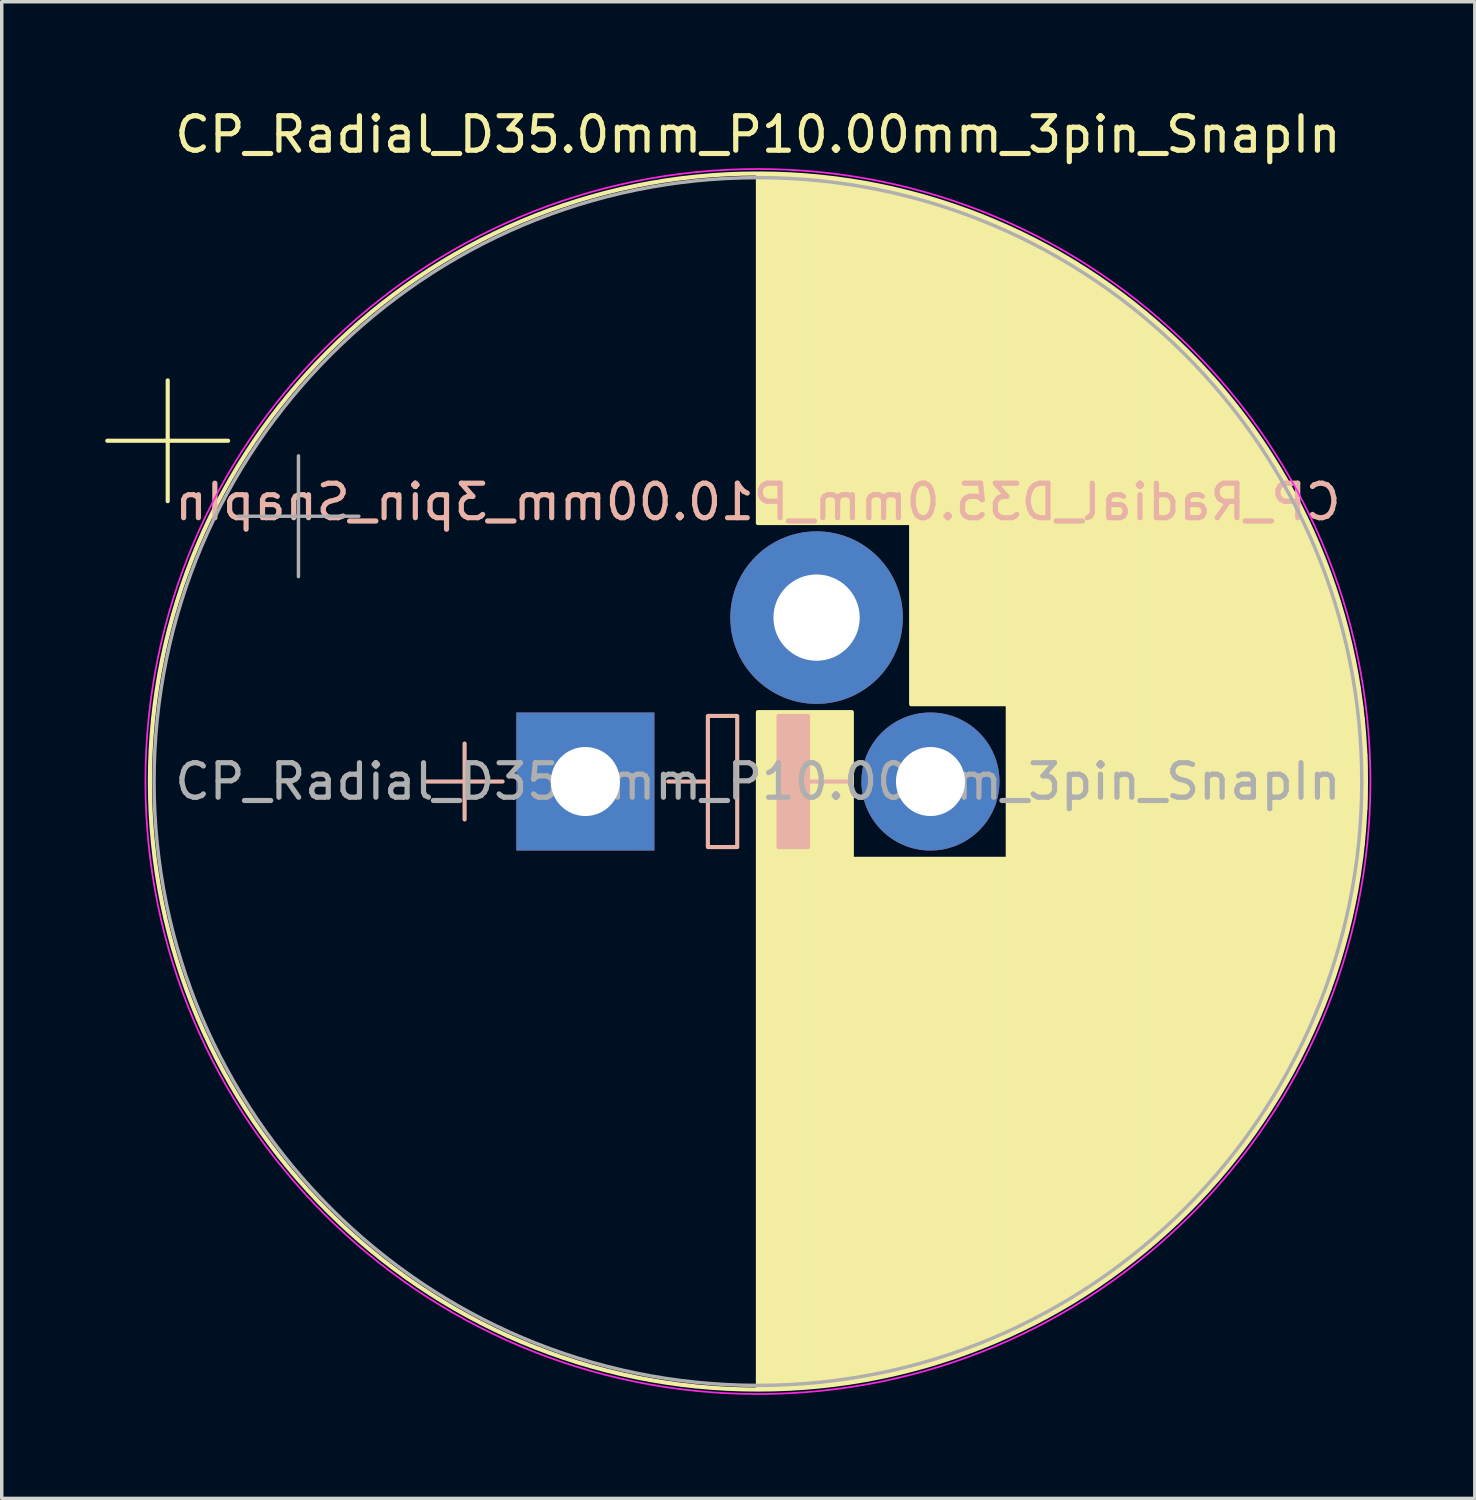
<source format=kicad_pcb>
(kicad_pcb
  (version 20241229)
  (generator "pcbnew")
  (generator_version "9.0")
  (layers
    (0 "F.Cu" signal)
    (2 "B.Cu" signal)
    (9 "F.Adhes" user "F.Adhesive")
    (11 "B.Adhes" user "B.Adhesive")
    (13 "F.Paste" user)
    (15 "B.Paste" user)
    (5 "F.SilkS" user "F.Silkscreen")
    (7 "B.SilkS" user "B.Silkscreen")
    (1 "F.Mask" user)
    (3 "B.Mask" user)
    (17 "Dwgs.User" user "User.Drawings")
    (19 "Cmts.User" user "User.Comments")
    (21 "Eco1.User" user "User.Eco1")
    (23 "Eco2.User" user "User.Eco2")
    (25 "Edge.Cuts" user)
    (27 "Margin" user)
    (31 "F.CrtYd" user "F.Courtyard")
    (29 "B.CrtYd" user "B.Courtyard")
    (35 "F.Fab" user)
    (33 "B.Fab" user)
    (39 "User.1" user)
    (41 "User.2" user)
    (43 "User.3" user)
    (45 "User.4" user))
  (footprint "CP_Radial_D35.0mm_P10.00mm_3pin_SnapIn"
    (layer "F.Cu")
    (at 13.914 19.598)
    (property "Reference" "CP_Radial_D35.0mm_P10.00mm_3pin_SnapIn" (at 5 -18.75 0) (layer "F.SilkS") (effects (font (size 1 1) (thickness 0.15))))
    (fp_line (start -13.854 -9.875) (end -10.354 -9.875) (stroke (width 0.12) (type solid)) (layer "F.SilkS"))
    (fp_line (start -12.104 -11.625) (end -12.104 -8.125) (stroke (width 0.12) (type solid)) (layer "F.SilkS"))
    (fp_line (start 5 -17.58) (end 5 -7.49) (stroke (width 0.12) (type solid)) (layer "F.SilkS"))
    (fp_line (start 5 -2.01) (end 5 17.58) (stroke (width 0.12) (type solid)) (layer "F.SilkS"))
    (fp_line (start 5.04 -17.58) (end 5.04 -7.49) (stroke (width 0.12) (type solid)) (layer "F.SilkS"))
    (fp_line (start 5.04 -2.01) (end 5.04 17.58) (stroke (width 0.12) (type solid)) (layer "F.SilkS"))
    (fp_line (start 5.08 -17.58) (end 5.08 -7.49) (stroke (width 0.12) (type solid)) (layer "F.SilkS"))
    (fp_line (start 5.08 -2.01) (end 5.08 17.58) (stroke (width 0.12) (type solid)) (layer "F.SilkS"))
    (fp_line (start 5.12 -17.58) (end 5.12 -7.49) (stroke (width 0.12) (type solid)) (layer "F.SilkS"))
    (fp_line (start 5.12 -2.01) (end 5.12 17.58) (stroke (width 0.12) (type solid)) (layer "F.SilkS"))
    (fp_line (start 5.16 -17.58) (end 5.16 -7.49) (stroke (width 0.12) (type solid)) (layer "F.SilkS"))
    (fp_line (start 5.16 -2.01) (end 5.16 17.58) (stroke (width 0.12) (type solid)) (layer "F.SilkS"))
    (fp_line (start 5.2 -17.579) (end 5.2 -7.49) (stroke (width 0.12) (type solid)) (layer "F.SilkS"))
    (fp_line (start 5.2 -2.01) (end 5.2 17.579) (stroke (width 0.12) (type solid)) (layer "F.SilkS"))
    (fp_line (start 5.24 -17.579) (end 5.24 -7.49) (stroke (width 0.12) (type solid)) (layer "F.SilkS"))
    (fp_line (start 5.24 -2.01) (end 5.24 17.579) (stroke (width 0.12) (type solid)) (layer "F.SilkS"))
    (fp_line (start 5.28 -17.578) (end 5.28 -7.49) (stroke (width 0.12) (type solid)) (layer "F.SilkS"))
    (fp_line (start 5.28 -2.01) (end 5.28 17.578) (stroke (width 0.12) (type solid)) (layer "F.SilkS"))
    (fp_line (start 5.32 -17.578) (end 5.32 -7.49) (stroke (width 0.12) (type solid)) (layer "F.SilkS"))
    (fp_line (start 5.32 -2.01) (end 5.32 17.578) (stroke (width 0.12) (type solid)) (layer "F.SilkS"))
    (fp_line (start 5.36 -17.577) (end 5.36 -7.49) (stroke (width 0.12) (type solid)) (layer "F.SilkS"))
    (fp_line (start 5.36 -2.01) (end 5.36 17.577) (stroke (width 0.12) (type solid)) (layer "F.SilkS"))
    (fp_line (start 5.4 -17.576) (end 5.4 -7.49) (stroke (width 0.12) (type solid)) (layer "F.SilkS"))
    (fp_line (start 5.4 -2.01) (end 5.4 17.576) (stroke (width 0.12) (type solid)) (layer "F.SilkS"))
    (fp_line (start 5.44 -17.575) (end 5.44 -7.49) (stroke (width 0.12) (type solid)) (layer "F.SilkS"))
    (fp_line (start 5.44 -2.01) (end 5.44 17.575) (stroke (width 0.12) (type solid)) (layer "F.SilkS"))
    (fp_line (start 5.48 -17.574) (end 5.48 -7.49) (stroke (width 0.12) (type solid)) (layer "F.SilkS"))
    (fp_line (start 5.48 -2.01) (end 5.48 17.574) (stroke (width 0.12) (type solid)) (layer "F.SilkS"))
    (fp_line (start 5.52 -17.573) (end 5.52 -7.49) (stroke (width 0.12) (type solid)) (layer "F.SilkS"))
    (fp_line (start 5.52 -2.01) (end 5.52 17.573) (stroke (width 0.12) (type solid)) (layer "F.SilkS"))
    (fp_line (start 5.56 -17.572) (end 5.56 -7.49) (stroke (width 0.12) (type solid)) (layer "F.SilkS"))
    (fp_line (start 5.56 -2.01) (end 5.56 17.572) (stroke (width 0.12) (type solid)) (layer "F.SilkS"))
    (fp_line (start 5.6 -17.57) (end 5.6 -7.49) (stroke (width 0.12) (type solid)) (layer "F.SilkS"))
    (fp_line (start 5.6 -2.01) (end 5.6 17.57) (stroke (width 0.12) (type solid)) (layer "F.SilkS"))
    (fp_line (start 5.64 -17.569) (end 5.64 -7.49) (stroke (width 0.12) (type solid)) (layer "F.SilkS"))
    (fp_line (start 5.64 -2.01) (end 5.64 17.569) (stroke (width 0.12) (type solid)) (layer "F.SilkS"))
    (fp_line (start 5.68 -17.567) (end 5.68 -7.49) (stroke (width 0.12) (type solid)) (layer "F.SilkS"))
    (fp_line (start 5.68 -2.01) (end 5.68 17.567) (stroke (width 0.12) (type solid)) (layer "F.SilkS"))
    (fp_line (start 5.721 -17.566) (end 5.721 -7.49) (stroke (width 0.12) (type solid)) (layer "F.SilkS"))
    (fp_line (start 5.721 -2.01) (end 5.721 17.566) (stroke (width 0.12) (type solid)) (layer "F.SilkS"))
    (fp_line (start 5.761 -17.564) (end 5.761 -7.49) (stroke (width 0.12) (type solid)) (layer "F.SilkS"))
    (fp_line (start 5.761 -2.01) (end 5.761 17.564) (stroke (width 0.12) (type solid)) (layer "F.SilkS"))
    (fp_line (start 5.801 -17.562) (end 5.801 -7.49) (stroke (width 0.12) (type solid)) (layer "F.SilkS"))
    (fp_line (start 5.801 -2.01) (end 5.801 17.562) (stroke (width 0.12) (type solid)) (layer "F.SilkS"))
    (fp_line (start 5.841 -17.56) (end 5.841 -7.49) (stroke (width 0.12) (type solid)) (layer "F.SilkS"))
    (fp_line (start 5.841 -2.01) (end 5.841 17.56) (stroke (width 0.12) (type solid)) (layer "F.SilkS"))
    (fp_line (start 5.881 -17.559) (end 5.881 -7.49) (stroke (width 0.12) (type solid)) (layer "F.SilkS"))
    (fp_line (start 5.881 -2.01) (end 5.881 17.559) (stroke (width 0.12) (type solid)) (layer "F.SilkS"))
    (fp_line (start 5.921 -17.556) (end 5.921 -7.49) (stroke (width 0.12) (type solid)) (layer "F.SilkS"))
    (fp_line (start 5.921 -2.01) (end 5.921 17.556) (stroke (width 0.12) (type solid)) (layer "F.SilkS"))
    (fp_line (start 5.961 -17.554) (end 5.961 -7.49) (stroke (width 0.12) (type solid)) (layer "F.SilkS"))
    (fp_line (start 5.961 -2.01) (end 5.961 17.554) (stroke (width 0.12) (type solid)) (layer "F.SilkS"))
    (fp_line (start 6.001 -17.552) (end 6.001 -7.49) (stroke (width 0.12) (type solid)) (layer "F.SilkS"))
    (fp_line (start 6.001 -2.01) (end 6.001 17.552) (stroke (width 0.12) (type solid)) (layer "F.SilkS"))
    (fp_line (start 6.041 -17.55) (end 6.041 -7.49) (stroke (width 0.12) (type solid)) (layer "F.SilkS"))
    (fp_line (start 6.041 -2.01) (end 6.041 17.55) (stroke (width 0.12) (type solid)) (layer "F.SilkS"))
    (fp_line (start 6.081 -17.547) (end 6.081 -7.49) (stroke (width 0.12) (type solid)) (layer "F.SilkS"))
    (fp_line (start 6.081 -2.01) (end 6.081 17.547) (stroke (width 0.12) (type solid)) (layer "F.SilkS"))
    (fp_line (start 6.121 -17.545) (end 6.121 -7.49) (stroke (width 0.12) (type solid)) (layer "F.SilkS"))
    (fp_line (start 6.121 -2.01) (end 6.121 17.545) (stroke (width 0.12) (type solid)) (layer "F.SilkS"))
    (fp_line (start 6.161 -17.542) (end 6.161 -7.49) (stroke (width 0.12) (type solid)) (layer "F.SilkS"))
    (fp_line (start 6.161 -2.01) (end 6.161 17.542) (stroke (width 0.12) (type solid)) (layer "F.SilkS"))
    (fp_line (start 6.201 -17.54) (end 6.201 -7.49) (stroke (width 0.12) (type solid)) (layer "F.SilkS"))
    (fp_line (start 6.201 -2.01) (end 6.201 17.54) (stroke (width 0.12) (type solid)) (layer "F.SilkS"))
    (fp_line (start 6.241 -17.537) (end 6.241 -7.49) (stroke (width 0.12) (type solid)) (layer "F.SilkS"))
    (fp_line (start 6.241 -2.01) (end 6.241 17.537) (stroke (width 0.12) (type solid)) (layer "F.SilkS"))
    (fp_line (start 6.281 -17.534) (end 6.281 -7.49) (stroke (width 0.12) (type solid)) (layer "F.SilkS"))
    (fp_line (start 6.281 -2.01) (end 6.281 17.534) (stroke (width 0.12) (type solid)) (layer "F.SilkS"))
    (fp_line (start 6.321 -17.531) (end 6.321 -7.49) (stroke (width 0.12) (type solid)) (layer "F.SilkS"))
    (fp_line (start 6.321 -2.01) (end 6.321 17.531) (stroke (width 0.12) (type solid)) (layer "F.SilkS"))
    (fp_line (start 6.361 -17.528) (end 6.361 -7.49) (stroke (width 0.12) (type solid)) (layer "F.SilkS"))
    (fp_line (start 6.361 -2.01) (end 6.361 17.528) (stroke (width 0.12) (type solid)) (layer "F.SilkS"))
    (fp_line (start 6.401 -17.525) (end 6.401 -7.49) (stroke (width 0.12) (type solid)) (layer "F.SilkS"))
    (fp_line (start 6.401 -2.01) (end 6.401 17.525) (stroke (width 0.12) (type solid)) (layer "F.SilkS"))
    (fp_line (start 6.441 -17.522) (end 6.441 -7.49) (stroke (width 0.12) (type solid)) (layer "F.SilkS"))
    (fp_line (start 6.441 -2.01) (end 6.441 17.522) (stroke (width 0.12) (type solid)) (layer "F.SilkS"))
    (fp_line (start 6.481 -17.518) (end 6.481 -7.49) (stroke (width 0.12) (type solid)) (layer "F.SilkS"))
    (fp_line (start 6.481 -2.01) (end 6.481 17.518) (stroke (width 0.12) (type solid)) (layer "F.SilkS"))
    (fp_line (start 6.521 -17.515) (end 6.521 -7.49) (stroke (width 0.12) (type solid)) (layer "F.SilkS"))
    (fp_line (start 6.521 -2.01) (end 6.521 17.515) (stroke (width 0.12) (type solid)) (layer "F.SilkS"))
    (fp_line (start 6.561 -17.511) (end 6.561 -7.49) (stroke (width 0.12) (type solid)) (layer "F.SilkS"))
    (fp_line (start 6.561 -2.01) (end 6.561 17.511) (stroke (width 0.12) (type solid)) (layer "F.SilkS"))
    (fp_line (start 6.601 -17.508) (end 6.601 -7.49) (stroke (width 0.12) (type solid)) (layer "F.SilkS"))
    (fp_line (start 6.601 -2.01) (end 6.601 17.508) (stroke (width 0.12) (type solid)) (layer "F.SilkS"))
    (fp_line (start 6.641 -17.504) (end 6.641 -7.49) (stroke (width 0.12) (type solid)) (layer "F.SilkS"))
    (fp_line (start 6.641 -2.01) (end 6.641 17.504) (stroke (width 0.12) (type solid)) (layer "F.SilkS"))
    (fp_line (start 6.681 -17.5) (end 6.681 -7.49) (stroke (width 0.12) (type solid)) (layer "F.SilkS"))
    (fp_line (start 6.681 -2.01) (end 6.681 17.5) (stroke (width 0.12) (type solid)) (layer "F.SilkS"))
    (fp_line (start 6.721 -17.496) (end 6.721 -7.49) (stroke (width 0.12) (type solid)) (layer "F.SilkS"))
    (fp_line (start 6.721 -2.01) (end 6.721 17.496) (stroke (width 0.12) (type solid)) (layer "F.SilkS"))
    (fp_line (start 6.761 -17.492) (end 6.761 -7.49) (stroke (width 0.12) (type solid)) (layer "F.SilkS"))
    (fp_line (start 6.761 -2.01) (end 6.761 17.492) (stroke (width 0.12) (type solid)) (layer "F.SilkS"))
    (fp_line (start 6.801 -17.488) (end 6.801 -7.49) (stroke (width 0.12) (type solid)) (layer "F.SilkS"))
    (fp_line (start 6.801 -2.01) (end 6.801 17.488) (stroke (width 0.12) (type solid)) (layer "F.SilkS"))
    (fp_line (start 6.841 -17.484) (end 6.841 -7.49) (stroke (width 0.12) (type solid)) (layer "F.SilkS"))
    (fp_line (start 6.841 -2.01) (end 6.841 17.484) (stroke (width 0.12) (type solid)) (layer "F.SilkS"))
    (fp_line (start 6.881 -17.48) (end 6.881 -7.49) (stroke (width 0.12) (type solid)) (layer "F.SilkS"))
    (fp_line (start 6.881 -2.01) (end 6.881 17.48) (stroke (width 0.12) (type solid)) (layer "F.SilkS"))
    (fp_line (start 6.921 -17.476) (end 6.921 -7.49) (stroke (width 0.12) (type solid)) (layer "F.SilkS"))
    (fp_line (start 6.921 -2.01) (end 6.921 17.476) (stroke (width 0.12) (type solid)) (layer "F.SilkS"))
    (fp_line (start 6.961 -17.471) (end 6.961 -7.49) (stroke (width 0.12) (type solid)) (layer "F.SilkS"))
    (fp_line (start 6.961 -2.01) (end 6.961 17.471) (stroke (width 0.12) (type solid)) (layer "F.SilkS"))
    (fp_line (start 7.001 -17.467) (end 7.001 -7.49) (stroke (width 0.12) (type solid)) (layer "F.SilkS"))
    (fp_line (start 7.001 -2.01) (end 7.001 17.467) (stroke (width 0.12) (type solid)) (layer "F.SilkS"))
    (fp_line (start 7.041 -17.462) (end 7.041 -7.49) (stroke (width 0.12) (type solid)) (layer "F.SilkS"))
    (fp_line (start 7.041 -2.01) (end 7.041 17.462) (stroke (width 0.12) (type solid)) (layer "F.SilkS"))
    (fp_line (start 7.081 -17.457) (end 7.081 -7.49) (stroke (width 0.12) (type solid)) (layer "F.SilkS"))
    (fp_line (start 7.081 -2.01) (end 7.081 17.457) (stroke (width 0.12) (type solid)) (layer "F.SilkS"))
    (fp_line (start 7.121 -17.452) (end 7.121 -7.49) (stroke (width 0.12) (type solid)) (layer "F.SilkS"))
    (fp_line (start 7.121 -2.01) (end 7.121 17.452) (stroke (width 0.12) (type solid)) (layer "F.SilkS"))
    (fp_line (start 7.161 -17.448) (end 7.161 -7.49) (stroke (width 0.12) (type solid)) (layer "F.SilkS"))
    (fp_line (start 7.161 -2.01) (end 7.161 17.448) (stroke (width 0.12) (type solid)) (layer "F.SilkS"))
    (fp_line (start 7.201 -17.443) (end 7.201 -7.49) (stroke (width 0.12) (type solid)) (layer "F.SilkS"))
    (fp_line (start 7.201 -2.01) (end 7.201 17.443) (stroke (width 0.12) (type solid)) (layer "F.SilkS"))
    (fp_line (start 7.241 -17.438) (end 7.241 -7.49) (stroke (width 0.12) (type solid)) (layer "F.SilkS"))
    (fp_line (start 7.241 -2.01) (end 7.241 17.438) (stroke (width 0.12) (type solid)) (layer "F.SilkS"))
    (fp_line (start 7.281 -17.432) (end 7.281 -7.49) (stroke (width 0.12) (type solid)) (layer "F.SilkS"))
    (fp_line (start 7.281 -2.01) (end 7.281 17.432) (stroke (width 0.12) (type solid)) (layer "F.SilkS"))
    (fp_line (start 7.321 -17.427) (end 7.321 -7.49) (stroke (width 0.12) (type solid)) (layer "F.SilkS"))
    (fp_line (start 7.321 -2.01) (end 7.321 17.427) (stroke (width 0.12) (type solid)) (layer "F.SilkS"))
    (fp_line (start 7.361 -17.422) (end 7.361 -7.49) (stroke (width 0.12) (type solid)) (layer "F.SilkS"))
    (fp_line (start 7.361 -2.01) (end 7.361 17.422) (stroke (width 0.12) (type solid)) (layer "F.SilkS"))
    (fp_line (start 7.401 -17.416) (end 7.401 -7.49) (stroke (width 0.12) (type solid)) (layer "F.SilkS"))
    (fp_line (start 7.401 -2.01) (end 7.401 17.416) (stroke (width 0.12) (type solid)) (layer "F.SilkS"))
    (fp_line (start 7.441 -17.411) (end 7.441 -7.49) (stroke (width 0.12) (type solid)) (layer "F.SilkS"))
    (fp_line (start 7.441 -2.01) (end 7.441 17.411) (stroke (width 0.12) (type solid)) (layer "F.SilkS"))
    (fp_line (start 7.481 -17.405) (end 7.481 -7.49) (stroke (width 0.12) (type solid)) (layer "F.SilkS"))
    (fp_line (start 7.481 -2.01) (end 7.481 17.405) (stroke (width 0.12) (type solid)) (layer "F.SilkS"))
    (fp_line (start 7.521 -17.399) (end 7.521 -7.49) (stroke (width 0.12) (type solid)) (layer "F.SilkS"))
    (fp_line (start 7.521 -2.01) (end 7.521 17.399) (stroke (width 0.12) (type solid)) (layer "F.SilkS"))
    (fp_line (start 7.561 -17.394) (end 7.561 -7.49) (stroke (width 0.12) (type solid)) (layer "F.SilkS"))
    (fp_line (start 7.561 -2.01) (end 7.561 17.394) (stroke (width 0.12) (type solid)) (layer "F.SilkS"))
    (fp_line (start 7.601 -17.388) (end 7.601 -7.49) (stroke (width 0.12) (type solid)) (layer "F.SilkS"))
    (fp_line (start 7.601 -2.01) (end 7.601 17.388) (stroke (width 0.12) (type solid)) (layer "F.SilkS"))
    (fp_line (start 7.641 -17.382) (end 7.641 -7.49) (stroke (width 0.12) (type solid)) (layer "F.SilkS"))
    (fp_line (start 7.641 -2.01) (end 7.641 17.382) (stroke (width 0.12) (type solid)) (layer "F.SilkS"))
    (fp_line (start 7.681 -17.375) (end 7.681 -7.49) (stroke (width 0.12) (type solid)) (layer "F.SilkS"))
    (fp_line (start 7.681 -2.01) (end 7.681 17.375) (stroke (width 0.12) (type solid)) (layer "F.SilkS"))
    (fp_line (start 7.721 -17.369) (end 7.721 -7.49) (stroke (width 0.12) (type solid)) (layer "F.SilkS"))
    (fp_line (start 7.721 -2.01) (end 7.721 17.369) (stroke (width 0.12) (type solid)) (layer "F.SilkS"))
    (fp_line (start 7.761 -17.363) (end 7.761 -7.49) (stroke (width 0.12) (type solid)) (layer "F.SilkS"))
    (fp_line (start 7.761 2.24) (end 7.761 17.363) (stroke (width 0.12) (type solid)) (layer "F.SilkS"))
    (fp_line (start 7.801 -17.357) (end 7.801 -7.49) (stroke (width 0.12) (type solid)) (layer "F.SilkS"))
    (fp_line (start 7.801 2.24) (end 7.801 17.357) (stroke (width 0.12) (type solid)) (layer "F.SilkS"))
    (fp_line (start 7.841 -17.35) (end 7.841 -7.49) (stroke (width 0.12) (type solid)) (layer "F.SilkS"))
    (fp_line (start 7.841 2.24) (end 7.841 17.35) (stroke (width 0.12) (type solid)) (layer "F.SilkS"))
    (fp_line (start 7.881 -17.344) (end 7.881 -7.49) (stroke (width 0.12) (type solid)) (layer "F.SilkS"))
    (fp_line (start 7.881 2.24) (end 7.881 17.344) (stroke (width 0.12) (type solid)) (layer "F.SilkS"))
    (fp_line (start 7.921 -17.337) (end 7.921 -7.49) (stroke (width 0.12) (type solid)) (layer "F.SilkS"))
    (fp_line (start 7.921 2.24) (end 7.921 17.337) (stroke (width 0.12) (type solid)) (layer "F.SilkS"))
    (fp_line (start 7.961 -17.33) (end 7.961 -7.49) (stroke (width 0.12) (type solid)) (layer "F.SilkS"))
    (fp_line (start 7.961 2.24) (end 7.961 17.33) (stroke (width 0.12) (type solid)) (layer "F.SilkS"))
    (fp_line (start 8.001 -17.323) (end 8.001 -7.49) (stroke (width 0.12) (type solid)) (layer "F.SilkS"))
    (fp_line (start 8.001 2.24) (end 8.001 17.323) (stroke (width 0.12) (type solid)) (layer "F.SilkS"))
    (fp_line (start 8.041 -17.316) (end 8.041 -7.49) (stroke (width 0.12) (type solid)) (layer "F.SilkS"))
    (fp_line (start 8.041 2.24) (end 8.041 17.316) (stroke (width 0.12) (type solid)) (layer "F.SilkS"))
    (fp_line (start 8.081 -17.309) (end 8.081 -7.49) (stroke (width 0.12) (type solid)) (layer "F.SilkS"))
    (fp_line (start 8.081 2.24) (end 8.081 17.309) (stroke (width 0.12) (type solid)) (layer "F.SilkS"))
    (fp_line (start 8.121 -17.302) (end 8.121 -7.49) (stroke (width 0.12) (type solid)) (layer "F.SilkS"))
    (fp_line (start 8.121 2.24) (end 8.121 17.302) (stroke (width 0.12) (type solid)) (layer "F.SilkS"))
    (fp_line (start 8.161 -17.295) (end 8.161 -7.49) (stroke (width 0.12) (type solid)) (layer "F.SilkS"))
    (fp_line (start 8.161 2.24) (end 8.161 17.295) (stroke (width 0.12) (type solid)) (layer "F.SilkS"))
    (fp_line (start 8.201 -17.287) (end 8.201 -7.49) (stroke (width 0.12) (type solid)) (layer "F.SilkS"))
    (fp_line (start 8.201 2.24) (end 8.201 17.287) (stroke (width 0.12) (type solid)) (layer "F.SilkS"))
    (fp_line (start 8.241 -17.28) (end 8.241 -7.49) (stroke (width 0.12) (type solid)) (layer "F.SilkS"))
    (fp_line (start 8.241 2.24) (end 8.241 17.28) (stroke (width 0.12) (type solid)) (layer "F.SilkS"))
    (fp_line (start 8.281 -17.273) (end 8.281 -7.49) (stroke (width 0.12) (type solid)) (layer "F.SilkS"))
    (fp_line (start 8.281 2.24) (end 8.281 17.273) (stroke (width 0.12) (type solid)) (layer "F.SilkS"))
    (fp_line (start 8.321 -17.265) (end 8.321 -7.49) (stroke (width 0.12) (type solid)) (layer "F.SilkS"))
    (fp_line (start 8.321 2.24) (end 8.321 17.265) (stroke (width 0.12) (type solid)) (layer "F.SilkS"))
    (fp_line (start 8.361 -17.257) (end 8.361 -7.49) (stroke (width 0.12) (type solid)) (layer "F.SilkS"))
    (fp_line (start 8.361 2.24) (end 8.361 17.257) (stroke (width 0.12) (type solid)) (layer "F.SilkS"))
    (fp_line (start 8.401 -17.249) (end 8.401 -7.49) (stroke (width 0.12) (type solid)) (layer "F.SilkS"))
    (fp_line (start 8.401 2.24) (end 8.401 17.249) (stroke (width 0.12) (type solid)) (layer "F.SilkS"))
    (fp_line (start 8.441 -17.241) (end 8.441 -7.49) (stroke (width 0.12) (type solid)) (layer "F.SilkS"))
    (fp_line (start 8.441 2.24) (end 8.441 17.241) (stroke (width 0.12) (type solid)) (layer "F.SilkS"))
    (fp_line (start 8.481 -17.233) (end 8.481 -7.49) (stroke (width 0.12) (type solid)) (layer "F.SilkS"))
    (fp_line (start 8.481 2.24) (end 8.481 17.233) (stroke (width 0.12) (type solid)) (layer "F.SilkS"))
    (fp_line (start 8.521 -17.225) (end 8.521 -7.49) (stroke (width 0.12) (type solid)) (layer "F.SilkS"))
    (fp_line (start 8.521 2.24) (end 8.521 17.225) (stroke (width 0.12) (type solid)) (layer "F.SilkS"))
    (fp_line (start 8.561 -17.217) (end 8.561 -7.49) (stroke (width 0.12) (type solid)) (layer "F.SilkS"))
    (fp_line (start 8.561 2.24) (end 8.561 17.217) (stroke (width 0.12) (type solid)) (layer "F.SilkS"))
    (fp_line (start 8.601 -17.209) (end 8.601 -7.49) (stroke (width 0.12) (type solid)) (layer "F.SilkS"))
    (fp_line (start 8.601 2.24) (end 8.601 17.209) (stroke (width 0.12) (type solid)) (layer "F.SilkS"))
    (fp_line (start 8.641 -17.2) (end 8.641 -7.49) (stroke (width 0.12) (type solid)) (layer "F.SilkS"))
    (fp_line (start 8.641 2.24) (end 8.641 17.2) (stroke (width 0.12) (type solid)) (layer "F.SilkS"))
    (fp_line (start 8.681 -17.192) (end 8.681 -7.49) (stroke (width 0.12) (type solid)) (layer "F.SilkS"))
    (fp_line (start 8.681 2.24) (end 8.681 17.192) (stroke (width 0.12) (type solid)) (layer "F.SilkS"))
    (fp_line (start 8.721 -17.183) (end 8.721 -7.49) (stroke (width 0.12) (type solid)) (layer "F.SilkS"))
    (fp_line (start 8.721 2.24) (end 8.721 17.183) (stroke (width 0.12) (type solid)) (layer "F.SilkS"))
    (fp_line (start 8.761 -17.175) (end 8.761 -7.49) (stroke (width 0.12) (type solid)) (layer "F.SilkS"))
    (fp_line (start 8.761 2.24) (end 8.761 17.175) (stroke (width 0.12) (type solid)) (layer "F.SilkS"))
    (fp_line (start 8.801 -17.166) (end 8.801 -7.49) (stroke (width 0.12) (type solid)) (layer "F.SilkS"))
    (fp_line (start 8.801 2.24) (end 8.801 17.166) (stroke (width 0.12) (type solid)) (layer "F.SilkS"))
    (fp_line (start 8.841 -17.157) (end 8.841 -7.49) (stroke (width 0.12) (type solid)) (layer "F.SilkS"))
    (fp_line (start 8.841 2.24) (end 8.841 17.157) (stroke (width 0.12) (type solid)) (layer "F.SilkS"))
    (fp_line (start 8.881 -17.148) (end 8.881 -7.49) (stroke (width 0.12) (type solid)) (layer "F.SilkS"))
    (fp_line (start 8.881 2.24) (end 8.881 17.148) (stroke (width 0.12) (type solid)) (layer "F.SilkS"))
    (fp_line (start 8.921 -17.139) (end 8.921 -7.49) (stroke (width 0.12) (type solid)) (layer "F.SilkS"))
    (fp_line (start 8.921 2.24) (end 8.921 17.139) (stroke (width 0.12) (type solid)) (layer "F.SilkS"))
    (fp_line (start 8.961 -17.13) (end 8.961 -7.49) (stroke (width 0.12) (type solid)) (layer "F.SilkS"))
    (fp_line (start 8.961 2.24) (end 8.961 17.13) (stroke (width 0.12) (type solid)) (layer "F.SilkS"))
    (fp_line (start 9.001 -17.12) (end 9.001 -7.49) (stroke (width 0.12) (type solid)) (layer "F.SilkS"))
    (fp_line (start 9.001 2.24) (end 9.001 17.12) (stroke (width 0.12) (type solid)) (layer "F.SilkS"))
    (fp_line (start 9.041 -17.111) (end 9.041 -7.49) (stroke (width 0.12) (type solid)) (layer "F.SilkS"))
    (fp_line (start 9.041 2.24) (end 9.041 17.111) (stroke (width 0.12) (type solid)) (layer "F.SilkS"))
    (fp_line (start 9.081 -17.102) (end 9.081 -7.49) (stroke (width 0.12) (type solid)) (layer "F.SilkS"))
    (fp_line (start 9.081 2.24) (end 9.081 17.102) (stroke (width 0.12) (type solid)) (layer "F.SilkS"))
    (fp_line (start 9.121 -17.092) (end 9.121 -7.49) (stroke (width 0.12) (type solid)) (layer "F.SilkS"))
    (fp_line (start 9.121 2.24) (end 9.121 17.092) (stroke (width 0.12) (type solid)) (layer "F.SilkS"))
    (fp_line (start 9.161 -17.082) (end 9.161 -7.49) (stroke (width 0.12) (type solid)) (layer "F.SilkS"))
    (fp_line (start 9.161 2.24) (end 9.161 17.082) (stroke (width 0.12) (type solid)) (layer "F.SilkS"))
    (fp_line (start 9.201 -17.073) (end 9.201 -7.49) (stroke (width 0.12) (type solid)) (layer "F.SilkS"))
    (fp_line (start 9.201 2.24) (end 9.201 17.073) (stroke (width 0.12) (type solid)) (layer "F.SilkS"))
    (fp_line (start 9.241 -17.063) (end 9.241 -7.49) (stroke (width 0.12) (type solid)) (layer "F.SilkS"))
    (fp_line (start 9.241 2.24) (end 9.241 17.063) (stroke (width 0.12) (type solid)) (layer "F.SilkS"))
    (fp_line (start 9.281 -17.053) (end 9.281 -7.49) (stroke (width 0.12) (type solid)) (layer "F.SilkS"))
    (fp_line (start 9.281 2.24) (end 9.281 17.053) (stroke (width 0.12) (type solid)) (layer "F.SilkS"))
    (fp_line (start 9.321 -17.043) (end 9.321 -7.49) (stroke (width 0.12) (type solid)) (layer "F.SilkS"))
    (fp_line (start 9.321 2.24) (end 9.321 17.043) (stroke (width 0.12) (type solid)) (layer "F.SilkS"))
    (fp_line (start 9.361 -17.033) (end 9.361 -7.49) (stroke (width 0.12) (type solid)) (layer "F.SilkS"))
    (fp_line (start 9.361 2.24) (end 9.361 17.033) (stroke (width 0.12) (type solid)) (layer "F.SilkS"))
    (fp_line (start 9.401 -17.022) (end 9.401 -7.49) (stroke (width 0.12) (type solid)) (layer "F.SilkS"))
    (fp_line (start 9.401 2.24) (end 9.401 17.022) (stroke (width 0.12) (type solid)) (layer "F.SilkS"))
    (fp_line (start 9.441 -17.012) (end 9.441 -2.24) (stroke (width 0.12) (type solid)) (layer "F.SilkS"))
    (fp_line (start 9.441 2.24) (end 9.441 17.012) (stroke (width 0.12) (type solid)) (layer "F.SilkS"))
    (fp_line (start 9.481 -17.001) (end 9.481 -2.24) (stroke (width 0.12) (type solid)) (layer "F.SilkS"))
    (fp_line (start 9.481 2.24) (end 9.481 17.001) (stroke (width 0.12) (type solid)) (layer "F.SilkS"))
    (fp_line (start 9.521 -16.991) (end 9.521 -2.24) (stroke (width 0.12) (type solid)) (layer "F.SilkS"))
    (fp_line (start 9.521 2.24) (end 9.521 16.991) (stroke (width 0.12) (type solid)) (layer "F.SilkS"))
    (fp_line (start 9.561 -16.98) (end 9.561 -2.24) (stroke (width 0.12) (type solid)) (layer "F.SilkS"))
    (fp_line (start 9.561 2.24) (end 9.561 16.98) (stroke (width 0.12) (type solid)) (layer "F.SilkS"))
    (fp_line (start 9.601 -16.969) (end 9.601 -2.24) (stroke (width 0.12) (type solid)) (layer "F.SilkS"))
    (fp_line (start 9.601 2.24) (end 9.601 16.969) (stroke (width 0.12) (type solid)) (layer "F.SilkS"))
    (fp_line (start 9.641 -16.959) (end 9.641 -2.24) (stroke (width 0.12) (type solid)) (layer "F.SilkS"))
    (fp_line (start 9.641 2.24) (end 9.641 16.959) (stroke (width 0.12) (type solid)) (layer "F.SilkS"))
    (fp_line (start 9.681 -16.948) (end 9.681 -2.24) (stroke (width 0.12) (type solid)) (layer "F.SilkS"))
    (fp_line (start 9.681 2.24) (end 9.681 16.948) (stroke (width 0.12) (type solid)) (layer "F.SilkS"))
    (fp_line (start 9.721 -16.937) (end 9.721 -2.24) (stroke (width 0.12) (type solid)) (layer "F.SilkS"))
    (fp_line (start 9.721 2.24) (end 9.721 16.937) (stroke (width 0.12) (type solid)) (layer "F.SilkS"))
    (fp_line (start 9.761 -16.925) (end 9.761 -2.24) (stroke (width 0.12) (type solid)) (layer "F.SilkS"))
    (fp_line (start 9.761 2.24) (end 9.761 16.925) (stroke (width 0.12) (type solid)) (layer "F.SilkS"))
    (fp_line (start 9.801 -16.914) (end 9.801 -2.24) (stroke (width 0.12) (type solid)) (layer "F.SilkS"))
    (fp_line (start 9.801 2.24) (end 9.801 16.914) (stroke (width 0.12) (type solid)) (layer "F.SilkS"))
    (fp_line (start 9.841 -16.903) (end 9.841 -2.24) (stroke (width 0.12) (type solid)) (layer "F.SilkS"))
    (fp_line (start 9.841 2.24) (end 9.841 16.903) (stroke (width 0.12) (type solid)) (layer "F.SilkS"))
    (fp_line (start 9.881 -16.891) (end 9.881 -2.24) (stroke (width 0.12) (type solid)) (layer "F.SilkS"))
    (fp_line (start 9.881 2.24) (end 9.881 16.891) (stroke (width 0.12) (type solid)) (layer "F.SilkS"))
    (fp_line (start 9.921 -16.88) (end 9.921 -2.24) (stroke (width 0.12) (type solid)) (layer "F.SilkS"))
    (fp_line (start 9.921 2.24) (end 9.921 16.88) (stroke (width 0.12) (type solid)) (layer "F.SilkS"))
    (fp_line (start 9.961 -16.868) (end 9.961 -2.24) (stroke (width 0.12) (type solid)) (layer "F.SilkS"))
    (fp_line (start 9.961 2.24) (end 9.961 16.868) (stroke (width 0.12) (type solid)) (layer "F.SilkS"))
    (fp_line (start 10.001 -16.856) (end 10.001 -2.24) (stroke (width 0.12) (type solid)) (layer "F.SilkS"))
    (fp_line (start 10.001 2.24) (end 10.001 16.856) (stroke (width 0.12) (type solid)) (layer "F.SilkS"))
    (fp_line (start 10.041 -16.844) (end 10.041 -2.24) (stroke (width 0.12) (type solid)) (layer "F.SilkS"))
    (fp_line (start 10.041 2.24) (end 10.041 16.844) (stroke (width 0.12) (type solid)) (layer "F.SilkS"))
    (fp_line (start 10.081 -16.832) (end 10.081 -2.24) (stroke (width 0.12) (type solid)) (layer "F.SilkS"))
    (fp_line (start 10.081 2.24) (end 10.081 16.832) (stroke (width 0.12) (type solid)) (layer "F.SilkS"))
    (fp_line (start 10.121 -16.82) (end 10.121 -2.24) (stroke (width 0.12) (type solid)) (layer "F.SilkS"))
    (fp_line (start 10.121 2.24) (end 10.121 16.82) (stroke (width 0.12) (type solid)) (layer "F.SilkS"))
    (fp_line (start 10.161 -16.808) (end 10.161 -2.24) (stroke (width 0.12) (type solid)) (layer "F.SilkS"))
    (fp_line (start 10.161 2.24) (end 10.161 16.808) (stroke (width 0.12) (type solid)) (layer "F.SilkS"))
    (fp_line (start 10.201 -16.796) (end 10.201 -2.24) (stroke (width 0.12) (type solid)) (layer "F.SilkS"))
    (fp_line (start 10.201 2.24) (end 10.201 16.796) (stroke (width 0.12) (type solid)) (layer "F.SilkS"))
    (fp_line (start 10.241 -16.783) (end 10.241 -2.24) (stroke (width 0.12) (type solid)) (layer "F.SilkS"))
    (fp_line (start 10.241 2.24) (end 10.241 16.783) (stroke (width 0.12) (type solid)) (layer "F.SilkS"))
    (fp_line (start 10.281 -16.771) (end 10.281 -2.24) (stroke (width 0.12) (type solid)) (layer "F.SilkS"))
    (fp_line (start 10.281 2.24) (end 10.281 16.771) (stroke (width 0.12) (type solid)) (layer "F.SilkS"))
    (fp_line (start 10.321 -16.758) (end 10.321 -2.24) (stroke (width 0.12) (type solid)) (layer "F.SilkS"))
    (fp_line (start 10.321 2.24) (end 10.321 16.758) (stroke (width 0.12) (type solid)) (layer "F.SilkS"))
    (fp_line (start 10.361 -16.745) (end 10.361 -2.24) (stroke (width 0.12) (type solid)) (layer "F.SilkS"))
    (fp_line (start 10.361 2.24) (end 10.361 16.745) (stroke (width 0.12) (type solid)) (layer "F.SilkS"))
    (fp_line (start 10.401 -16.733) (end 10.401 -2.24) (stroke (width 0.12) (type solid)) (layer "F.SilkS"))
    (fp_line (start 10.401 2.24) (end 10.401 16.733) (stroke (width 0.12) (type solid)) (layer "F.SilkS"))
    (fp_line (start 10.441 -16.72) (end 10.441 -2.24) (stroke (width 0.12) (type solid)) (layer "F.SilkS"))
    (fp_line (start 10.441 2.24) (end 10.441 16.72) (stroke (width 0.12) (type solid)) (layer "F.SilkS"))
    (fp_line (start 10.481 -16.707) (end 10.481 -2.24) (stroke (width 0.12) (type solid)) (layer "F.SilkS"))
    (fp_line (start 10.481 2.24) (end 10.481 16.707) (stroke (width 0.12) (type solid)) (layer "F.SilkS"))
    (fp_line (start 10.521 -16.694) (end 10.521 -2.24) (stroke (width 0.12) (type solid)) (layer "F.SilkS"))
    (fp_line (start 10.521 2.24) (end 10.521 16.694) (stroke (width 0.12) (type solid)) (layer "F.SilkS"))
    (fp_line (start 10.561 -16.68) (end 10.561 -2.24) (stroke (width 0.12) (type solid)) (layer "F.SilkS"))
    (fp_line (start 10.561 2.24) (end 10.561 16.68) (stroke (width 0.12) (type solid)) (layer "F.SilkS"))
    (fp_line (start 10.601 -16.667) (end 10.601 -2.24) (stroke (width 0.12) (type solid)) (layer "F.SilkS"))
    (fp_line (start 10.601 2.24) (end 10.601 16.667) (stroke (width 0.12) (type solid)) (layer "F.SilkS"))
    (fp_line (start 10.641 -16.653) (end 10.641 -2.24) (stroke (width 0.12) (type solid)) (layer "F.SilkS"))
    (fp_line (start 10.641 2.24) (end 10.641 16.653) (stroke (width 0.12) (type solid)) (layer "F.SilkS"))
    (fp_line (start 10.681 -16.64) (end 10.681 -2.24) (stroke (width 0.12) (type solid)) (layer "F.SilkS"))
    (fp_line (start 10.681 2.24) (end 10.681 16.64) (stroke (width 0.12) (type solid)) (layer "F.SilkS"))
    (fp_line (start 10.721 -16.626) (end 10.721 -2.24) (stroke (width 0.12) (type solid)) (layer "F.SilkS"))
    (fp_line (start 10.721 2.24) (end 10.721 16.626) (stroke (width 0.12) (type solid)) (layer "F.SilkS"))
    (fp_line (start 10.761 -16.612) (end 10.761 -2.24) (stroke (width 0.12) (type solid)) (layer "F.SilkS"))
    (fp_line (start 10.761 2.24) (end 10.761 16.612) (stroke (width 0.12) (type solid)) (layer "F.SilkS"))
    (fp_line (start 10.801 -16.599) (end 10.801 -2.24) (stroke (width 0.12) (type solid)) (layer "F.SilkS"))
    (fp_line (start 10.801 2.24) (end 10.801 16.599) (stroke (width 0.12) (type solid)) (layer "F.SilkS"))
    (fp_line (start 10.841 -16.585) (end 10.841 -2.24) (stroke (width 0.12) (type solid)) (layer "F.SilkS"))
    (fp_line (start 10.841 2.24) (end 10.841 16.585) (stroke (width 0.12) (type solid)) (layer "F.SilkS"))
    (fp_line (start 10.881 -16.57) (end 10.881 -2.24) (stroke (width 0.12) (type solid)) (layer "F.SilkS"))
    (fp_line (start 10.881 2.24) (end 10.881 16.57) (stroke (width 0.12) (type solid)) (layer "F.SilkS"))
    (fp_line (start 10.921 -16.556) (end 10.921 -2.24) (stroke (width 0.12) (type solid)) (layer "F.SilkS"))
    (fp_line (start 10.921 2.24) (end 10.921 16.556) (stroke (width 0.12) (type solid)) (layer "F.SilkS"))
    (fp_line (start 10.961 -16.542) (end 10.961 -2.24) (stroke (width 0.12) (type solid)) (layer "F.SilkS"))
    (fp_line (start 10.961 2.24) (end 10.961 16.542) (stroke (width 0.12) (type solid)) (layer "F.SilkS"))
    (fp_line (start 11.001 -16.527) (end 11.001 -2.24) (stroke (width 0.12) (type solid)) (layer "F.SilkS"))
    (fp_line (start 11.001 2.24) (end 11.001 16.527) (stroke (width 0.12) (type solid)) (layer "F.SilkS"))
    (fp_line (start 11.041 -16.513) (end 11.041 -2.24) (stroke (width 0.12) (type solid)) (layer "F.SilkS"))
    (fp_line (start 11.041 2.24) (end 11.041 16.513) (stroke (width 0.12) (type solid)) (layer "F.SilkS"))
    (fp_line (start 11.081 -16.498) (end 11.081 -2.24) (stroke (width 0.12) (type solid)) (layer "F.SilkS"))
    (fp_line (start 11.081 2.24) (end 11.081 16.498) (stroke (width 0.12) (type solid)) (layer "F.SilkS"))
    (fp_line (start 11.121 -16.484) (end 11.121 -2.24) (stroke (width 0.12) (type solid)) (layer "F.SilkS"))
    (fp_line (start 11.121 2.24) (end 11.121 16.484) (stroke (width 0.12) (type solid)) (layer "F.SilkS"))
    (fp_line (start 11.161 -16.469) (end 11.161 -2.24) (stroke (width 0.12) (type solid)) (layer "F.SilkS"))
    (fp_line (start 11.161 2.24) (end 11.161 16.469) (stroke (width 0.12) (type solid)) (layer "F.SilkS"))
    (fp_line (start 11.201 -16.454) (end 11.201 -2.24) (stroke (width 0.12) (type solid)) (layer "F.SilkS"))
    (fp_line (start 11.201 2.24) (end 11.201 16.454) (stroke (width 0.12) (type solid)) (layer "F.SilkS"))
    (fp_line (start 11.241 -16.439) (end 11.241 -2.24) (stroke (width 0.12) (type solid)) (layer "F.SilkS"))
    (fp_line (start 11.241 2.24) (end 11.241 16.439) (stroke (width 0.12) (type solid)) (layer "F.SilkS"))
    (fp_line (start 11.281 -16.423) (end 11.281 -2.24) (stroke (width 0.12) (type solid)) (layer "F.SilkS"))
    (fp_line (start 11.281 2.24) (end 11.281 16.423) (stroke (width 0.12) (type solid)) (layer "F.SilkS"))
    (fp_line (start 11.321 -16.408) (end 11.321 -2.24) (stroke (width 0.12) (type solid)) (layer "F.SilkS"))
    (fp_line (start 11.321 2.24) (end 11.321 16.408) (stroke (width 0.12) (type solid)) (layer "F.SilkS"))
    (fp_line (start 11.361 -16.393) (end 11.361 -2.24) (stroke (width 0.12) (type solid)) (layer "F.SilkS"))
    (fp_line (start 11.361 2.24) (end 11.361 16.393) (stroke (width 0.12) (type solid)) (layer "F.SilkS"))
    (fp_line (start 11.401 -16.377) (end 11.401 -2.24) (stroke (width 0.12) (type solid)) (layer "F.SilkS"))
    (fp_line (start 11.401 2.24) (end 11.401 16.377) (stroke (width 0.12) (type solid)) (layer "F.SilkS"))
    (fp_line (start 11.441 -16.361) (end 11.441 -2.24) (stroke (width 0.12) (type solid)) (layer "F.SilkS"))
    (fp_line (start 11.441 2.24) (end 11.441 16.361) (stroke (width 0.12) (type solid)) (layer "F.SilkS"))
    (fp_line (start 11.481 -16.346) (end 11.481 -2.24) (stroke (width 0.12) (type solid)) (layer "F.SilkS"))
    (fp_line (start 11.481 2.24) (end 11.481 16.346) (stroke (width 0.12) (type solid)) (layer "F.SilkS"))
    (fp_line (start 11.521 -16.33) (end 11.521 -2.24) (stroke (width 0.12) (type solid)) (layer "F.SilkS"))
    (fp_line (start 11.521 2.24) (end 11.521 16.33) (stroke (width 0.12) (type solid)) (layer "F.SilkS"))
    (fp_line (start 11.561 -16.314) (end 11.561 -2.24) (stroke (width 0.12) (type solid)) (layer "F.SilkS"))
    (fp_line (start 11.561 2.24) (end 11.561 16.314) (stroke (width 0.12) (type solid)) (layer "F.SilkS"))
    (fp_line (start 11.601 -16.298) (end 11.601 -2.24) (stroke (width 0.12) (type solid)) (layer "F.SilkS"))
    (fp_line (start 11.601 2.24) (end 11.601 16.298) (stroke (width 0.12) (type solid)) (layer "F.SilkS"))
    (fp_line (start 11.641 -16.281) (end 11.641 -2.24) (stroke (width 0.12) (type solid)) (layer "F.SilkS"))
    (fp_line (start 11.641 2.24) (end 11.641 16.281) (stroke (width 0.12) (type solid)) (layer "F.SilkS"))
    (fp_line (start 11.681 -16.265) (end 11.681 -2.24) (stroke (width 0.12) (type solid)) (layer "F.SilkS"))
    (fp_line (start 11.681 2.24) (end 11.681 16.265) (stroke (width 0.12) (type solid)) (layer "F.SilkS"))
    (fp_line (start 11.721 -16.249) (end 11.721 -2.24) (stroke (width 0.12) (type solid)) (layer "F.SilkS"))
    (fp_line (start 11.721 2.24) (end 11.721 16.249) (stroke (width 0.12) (type solid)) (layer "F.SilkS"))
    (fp_line (start 11.761 -16.232) (end 11.761 -2.24) (stroke (width 0.12) (type solid)) (layer "F.SilkS"))
    (fp_line (start 11.761 2.24) (end 11.761 16.232) (stroke (width 0.12) (type solid)) (layer "F.SilkS"))
    (fp_line (start 11.801 -16.215) (end 11.801 -2.24) (stroke (width 0.12) (type solid)) (layer "F.SilkS"))
    (fp_line (start 11.801 2.24) (end 11.801 16.215) (stroke (width 0.12) (type solid)) (layer "F.SilkS"))
    (fp_line (start 11.841 -16.199) (end 11.841 -2.24) (stroke (width 0.12) (type solid)) (layer "F.SilkS"))
    (fp_line (start 11.841 2.24) (end 11.841 16.199) (stroke (width 0.12) (type solid)) (layer "F.SilkS"))
    (fp_line (start 11.881 -16.182) (end 11.881 -2.24) (stroke (width 0.12) (type solid)) (layer "F.SilkS"))
    (fp_line (start 11.881 2.24) (end 11.881 16.182) (stroke (width 0.12) (type solid)) (layer "F.SilkS"))
    (fp_line (start 11.921 -16.165) (end 11.921 -2.24) (stroke (width 0.12) (type solid)) (layer "F.SilkS"))
    (fp_line (start 11.921 2.24) (end 11.921 16.165) (stroke (width 0.12) (type solid)) (layer "F.SilkS"))
    (fp_line (start 11.961 -16.148) (end 11.961 -2.24) (stroke (width 0.12) (type solid)) (layer "F.SilkS"))
    (fp_line (start 11.961 2.24) (end 11.961 16.148) (stroke (width 0.12) (type solid)) (layer "F.SilkS"))
    (fp_line (start 12.001 -16.13) (end 12.001 -2.24) (stroke (width 0.12) (type solid)) (layer "F.SilkS"))
    (fp_line (start 12.001 2.24) (end 12.001 16.13) (stroke (width 0.12) (type solid)) (layer "F.SilkS"))
    (fp_line (start 12.041 -16.113) (end 12.041 -2.24) (stroke (width 0.12) (type solid)) (layer "F.SilkS"))
    (fp_line (start 12.041 2.24) (end 12.041 16.113) (stroke (width 0.12) (type solid)) (layer "F.SilkS"))
    (fp_line (start 12.081 -16.095) (end 12.081 -2.24) (stroke (width 0.12) (type solid)) (layer "F.SilkS"))
    (fp_line (start 12.081 2.24) (end 12.081 16.095) (stroke (width 0.12) (type solid)) (layer "F.SilkS"))
    (fp_line (start 12.121 -16.078) (end 12.121 -2.24) (stroke (width 0.12) (type solid)) (layer "F.SilkS"))
    (fp_line (start 12.121 2.24) (end 12.121 16.078) (stroke (width 0.12) (type solid)) (layer "F.SilkS"))
    (fp_line (start 12.161 -16.06) (end 12.161 -2.24) (stroke (width 0.12) (type solid)) (layer "F.SilkS"))
    (fp_line (start 12.161 2.24) (end 12.161 16.06) (stroke (width 0.12) (type solid)) (layer "F.SilkS"))
    (fp_line (start 12.201 -16.042) (end 12.201 -2.24) (stroke (width 0.12) (type solid)) (layer "F.SilkS"))
    (fp_line (start 12.201 2.24) (end 12.201 16.042) (stroke (width 0.12) (type solid)) (layer "F.SilkS"))
    (fp_line (start 12.241 -16.024) (end 12.241 16.024) (stroke (width 0.12) (type solid)) (layer "F.SilkS"))
    (fp_line (start 12.281 -16.006) (end 12.281 16.006) (stroke (width 0.12) (type solid)) (layer "F.SilkS"))
    (fp_line (start 12.321 -15.988) (end 12.321 15.988) (stroke (width 0.12) (type solid)) (layer "F.SilkS"))
    (fp_line (start 12.361 -15.97) (end 12.361 15.97) (stroke (width 0.12) (type solid)) (layer "F.SilkS"))
    (fp_line (start 12.401 -15.951) (end 12.401 15.951) (stroke (width 0.12) (type solid)) (layer "F.SilkS"))
    (fp_line (start 12.441 -15.933) (end 12.441 15.933) (stroke (width 0.12) (type solid)) (layer "F.SilkS"))
    (fp_line (start 12.481 -15.914) (end 12.481 15.914) (stroke (width 0.12) (type solid)) (layer "F.SilkS"))
    (fp_line (start 12.521 -15.895) (end 12.521 15.895) (stroke (width 0.12) (type solid)) (layer "F.SilkS"))
    (fp_line (start 12.561 -15.876) (end 12.561 15.876) (stroke (width 0.12) (type solid)) (layer "F.SilkS"))
    (fp_line (start 12.601 -15.857) (end 12.601 15.857) (stroke (width 0.12) (type solid)) (layer "F.SilkS"))
    (fp_line (start 12.641 -15.838) (end 12.641 15.838) (stroke (width 0.12) (type solid)) (layer "F.SilkS"))
    (fp_line (start 12.681 -15.819) (end 12.681 15.819) (stroke (width 0.12) (type solid)) (layer "F.SilkS"))
    (fp_line (start 12.721 -15.799) (end 12.721 15.799) (stroke (width 0.12) (type solid)) (layer "F.SilkS"))
    (fp_line (start 12.761 -15.78) (end 12.761 15.78) (stroke (width 0.12) (type solid)) (layer "F.SilkS"))
    (fp_line (start 12.801 -15.76) (end 12.801 15.76) (stroke (width 0.12) (type solid)) (layer "F.SilkS"))
    (fp_line (start 12.841 -15.74) (end 12.841 15.74) (stroke (width 0.12) (type solid)) (layer "F.SilkS"))
    (fp_line (start 12.881 -15.72) (end 12.881 15.72) (stroke (width 0.12) (type solid)) (layer "F.SilkS"))
    (fp_line (start 12.921 -15.7) (end 12.921 15.7) (stroke (width 0.12) (type solid)) (layer "F.SilkS"))
    (fp_line (start 12.961 -15.68) (end 12.961 15.68) (stroke (width 0.12) (type solid)) (layer "F.SilkS"))
    (fp_line (start 13.001 -15.66) (end 13.001 15.66) (stroke (width 0.12) (type solid)) (layer "F.SilkS"))
    (fp_line (start 13.041 -15.639) (end 13.041 15.639) (stroke (width 0.12) (type solid)) (layer "F.SilkS"))
    (fp_line (start 13.081 -15.619) (end 13.081 15.619) (stroke (width 0.12) (type solid)) (layer "F.SilkS"))
    (fp_line (start 13.121 -15.598) (end 13.121 15.598) (stroke (width 0.12) (type solid)) (layer "F.SilkS"))
    (fp_line (start 13.161 -15.577) (end 13.161 15.577) (stroke (width 0.12) (type solid)) (layer "F.SilkS"))
    (fp_line (start 13.2 -15.556) (end 13.2 15.556) (stroke (width 0.12) (type solid)) (layer "F.SilkS"))
    (fp_line (start 13.24 -15.535) (end 13.24 15.535) (stroke (width 0.12) (type solid)) (layer "F.SilkS"))
    (fp_line (start 13.28 -15.514) (end 13.28 15.514) (stroke (width 0.12) (type solid)) (layer "F.SilkS"))
    (fp_line (start 13.32 -15.492) (end 13.32 15.492) (stroke (width 0.12) (type solid)) (layer "F.SilkS"))
    (fp_line (start 13.36 -15.471) (end 13.36 15.471) (stroke (width 0.12) (type solid)) (layer "F.SilkS"))
    (fp_line (start 13.4 -15.449) (end 13.4 15.449) (stroke (width 0.12) (type solid)) (layer "F.SilkS"))
    (fp_line (start 13.44 -15.428) (end 13.44 15.428) (stroke (width 0.12) (type solid)) (layer "F.SilkS"))
    (fp_line (start 13.48 -15.406) (end 13.48 15.406) (stroke (width 0.12) (type solid)) (layer "F.SilkS"))
    (fp_line (start 13.52 -15.384) (end 13.52 15.384) (stroke (width 0.12) (type solid)) (layer "F.SilkS"))
    (fp_line (start 13.56 -15.361) (end 13.56 15.361) (stroke (width 0.12) (type solid)) (layer "F.SilkS"))
    (fp_line (start 13.6 -15.339) (end 13.6 15.339) (stroke (width 0.12) (type solid)) (layer "F.SilkS"))
    (fp_line (start 13.64 -15.317) (end 13.64 15.317) (stroke (width 0.12) (type solid)) (layer "F.SilkS"))
    (fp_line (start 13.68 -15.294) (end 13.68 15.294) (stroke (width 0.12) (type solid)) (layer "F.SilkS"))
    (fp_line (start 13.72 -15.271) (end 13.72 15.271) (stroke (width 0.12) (type solid)) (layer "F.SilkS"))
    (fp_line (start 13.76 -15.249) (end 13.76 15.249) (stroke (width 0.12) (type solid)) (layer "F.SilkS"))
    (fp_line (start 13.8 -15.226) (end 13.8 15.226) (stroke (width 0.12) (type solid)) (layer "F.SilkS"))
    (fp_line (start 13.84 -15.203) (end 13.84 15.203) (stroke (width 0.12) (type solid)) (layer "F.SilkS"))
    (fp_line (start 13.88 -15.179) (end 13.88 15.179) (stroke (width 0.12) (type solid)) (layer "F.SilkS"))
    (fp_line (start 13.92 -15.156) (end 13.92 15.156) (stroke (width 0.12) (type solid)) (layer "F.SilkS"))
    (fp_line (start 13.96 -15.132) (end 13.96 15.132) (stroke (width 0.12) (type solid)) (layer "F.SilkS"))
    (fp_line (start 14 -15.109) (end 14 15.109) (stroke (width 0.12) (type solid)) (layer "F.SilkS"))
    (fp_line (start 14.04 -15.085) (end 14.04 15.085) (stroke (width 0.12) (type solid)) (layer "F.SilkS"))
    (fp_line (start 14.08 -15.061) (end 14.08 15.061) (stroke (width 0.12) (type solid)) (layer "F.SilkS"))
    (fp_line (start 14.12 -15.037) (end 14.12 15.037) (stroke (width 0.12) (type solid)) (layer "F.SilkS"))
    (fp_line (start 14.16 -15.012) (end 14.16 15.012) (stroke (width 0.12) (type solid)) (layer "F.SilkS"))
    (fp_line (start 14.2 -14.988) (end 14.2 14.988) (stroke (width 0.12) (type solid)) (layer "F.SilkS"))
    (fp_line (start 14.24 -14.963) (end 14.24 14.963) (stroke (width 0.12) (type solid)) (layer "F.SilkS"))
    (fp_line (start 14.28 -14.939) (end 14.28 14.939) (stroke (width 0.12) (type solid)) (layer "F.SilkS"))
    (fp_line (start 14.32 -14.914) (end 14.32 14.914) (stroke (width 0.12) (type solid)) (layer "F.SilkS"))
    (fp_line (start 14.36 -14.889) (end 14.36 14.889) (stroke (width 0.12) (type solid)) (layer "F.SilkS"))
    (fp_line (start 14.4 -14.864) (end 14.4 14.864) (stroke (width 0.12) (type solid)) (layer "F.SilkS"))
    (fp_line (start 14.44 -14.838) (end 14.44 14.838) (stroke (width 0.12) (type solid)) (layer "F.SilkS"))
    (fp_line (start 14.48 -14.813) (end 14.48 14.813) (stroke (width 0.12) (type solid)) (layer "F.SilkS"))
    (fp_line (start 14.52 -14.787) (end 14.52 14.787) (stroke (width 0.12) (type solid)) (layer "F.SilkS"))
    (fp_line (start 14.56 -14.762) (end 14.56 14.762) (stroke (width 0.12) (type solid)) (layer "F.SilkS"))
    (fp_line (start 14.6 -14.736) (end 14.6 14.736) (stroke (width 0.12) (type solid)) (layer "F.SilkS"))
    (fp_line (start 14.64 -14.71) (end 14.64 14.71) (stroke (width 0.12) (type solid)) (layer "F.SilkS"))
    (fp_line (start 14.68 -14.683) (end 14.68 14.683) (stroke (width 0.12) (type solid)) (layer "F.SilkS"))
    (fp_line (start 14.72 -14.657) (end 14.72 14.657) (stroke (width 0.12) (type solid)) (layer "F.SilkS"))
    (fp_line (start 14.76 -14.63) (end 14.76 14.63) (stroke (width 0.12) (type solid)) (layer "F.SilkS"))
    (fp_line (start 14.8 -14.604) (end 14.8 14.604) (stroke (width 0.12) (type solid)) (layer "F.SilkS"))
    (fp_line (start 14.84 -14.577) (end 14.84 14.577) (stroke (width 0.12) (type solid)) (layer "F.SilkS"))
    (fp_line (start 14.88 -14.55) (end 14.88 14.55) (stroke (width 0.12) (type solid)) (layer "F.SilkS"))
    (fp_line (start 14.92 -14.523) (end 14.92 14.523) (stroke (width 0.12) (type solid)) (layer "F.SilkS"))
    (fp_line (start 14.96 -14.495) (end 14.96 14.495) (stroke (width 0.12) (type solid)) (layer "F.SilkS"))
    (fp_line (start 15 -14.468) (end 15 14.468) (stroke (width 0.12) (type solid)) (layer "F.SilkS"))
    (fp_line (start 15.04 -14.44) (end 15.04 14.44) (stroke (width 0.12) (type solid)) (layer "F.SilkS"))
    (fp_line (start 15.08 -14.412) (end 15.08 14.412) (stroke (width 0.12) (type solid)) (layer "F.SilkS"))
    (fp_line (start 15.12 -14.384) (end 15.12 14.384) (stroke (width 0.12) (type solid)) (layer "F.SilkS"))
    (fp_line (start 15.16 -14.356) (end 15.16 14.356) (stroke (width 0.12) (type solid)) (layer "F.SilkS"))
    (fp_line (start 15.2 -14.328) (end 15.2 14.328) (stroke (width 0.12) (type solid)) (layer "F.SilkS"))
    (fp_line (start 15.24 -14.299) (end 15.24 14.299) (stroke (width 0.12) (type solid)) (layer "F.SilkS"))
    (fp_line (start 15.28 -14.271) (end 15.28 14.271) (stroke (width 0.12) (type solid)) (layer "F.SilkS"))
    (fp_line (start 15.32 -14.242) (end 15.32 14.242) (stroke (width 0.12) (type solid)) (layer "F.SilkS"))
    (fp_line (start 15.36 -14.213) (end 15.36 14.213) (stroke (width 0.12) (type solid)) (layer "F.SilkS"))
    (fp_line (start 15.4 -14.184) (end 15.4 14.184) (stroke (width 0.12) (type solid)) (layer "F.SilkS"))
    (fp_line (start 15.44 -14.155) (end 15.44 14.155) (stroke (width 0.12) (type solid)) (layer "F.SilkS"))
    (fp_line (start 15.48 -14.125) (end 15.48 14.125) (stroke (width 0.12) (type solid)) (layer "F.SilkS"))
    (fp_line (start 15.52 -14.095) (end 15.52 14.095) (stroke (width 0.12) (type solid)) (layer "F.SilkS"))
    (fp_line (start 15.56 -14.065) (end 15.56 14.065) (stroke (width 0.12) (type solid)) (layer "F.SilkS"))
    (fp_line (start 15.6 -14.035) (end 15.6 14.035) (stroke (width 0.12) (type solid)) (layer "F.SilkS"))
    (fp_line (start 15.64 -14.005) (end 15.64 14.005) (stroke (width 0.12) (type solid)) (layer "F.SilkS"))
    (fp_line (start 15.68 -13.975) (end 15.68 13.975) (stroke (width 0.12) (type solid)) (layer "F.SilkS"))
    (fp_line (start 15.72 -13.944) (end 15.72 13.944) (stroke (width 0.12) (type solid)) (layer "F.SilkS"))
    (fp_line (start 15.76 -13.914) (end 15.76 13.914) (stroke (width 0.12) (type solid)) (layer "F.SilkS"))
    (fp_line (start 15.8 -13.883) (end 15.8 13.883) (stroke (width 0.12) (type solid)) (layer "F.SilkS"))
    (fp_line (start 15.84 -13.851) (end 15.84 13.851) (stroke (width 0.12) (type solid)) (layer "F.SilkS"))
    (fp_line (start 15.88 -13.82) (end 15.88 13.82) (stroke (width 0.12) (type solid)) (layer "F.SilkS"))
    (fp_line (start 15.92 -13.789) (end 15.92 13.789) (stroke (width 0.12) (type solid)) (layer "F.SilkS"))
    (fp_line (start 15.96 -13.757) (end 15.96 13.757) (stroke (width 0.12) (type solid)) (layer "F.SilkS"))
    (fp_line (start 16 -13.725) (end 16 13.725) (stroke (width 0.12) (type solid)) (layer "F.SilkS"))
    (fp_line (start 16.04 -13.693) (end 16.04 13.693) (stroke (width 0.12) (type solid)) (layer "F.SilkS"))
    (fp_line (start 16.08 -13.661) (end 16.08 13.661) (stroke (width 0.12) (type solid)) (layer "F.SilkS"))
    (fp_line (start 16.12 -13.628) (end 16.12 13.628) (stroke (width 0.12) (type solid)) (layer "F.SilkS"))
    (fp_line (start 16.16 -13.596) (end 16.16 13.596) (stroke (width 0.12) (type solid)) (layer "F.SilkS"))
    (fp_line (start 16.2 -13.563) (end 16.2 13.563) (stroke (width 0.12) (type solid)) (layer "F.SilkS"))
    (fp_line (start 16.24 -13.53) (end 16.24 13.53) (stroke (width 0.12) (type solid)) (layer "F.SilkS"))
    (fp_line (start 16.28 -13.497) (end 16.28 13.497) (stroke (width 0.12) (type solid)) (layer "F.SilkS"))
    (fp_line (start 16.32 -13.463) (end 16.32 13.463) (stroke (width 0.12) (type solid)) (layer "F.SilkS"))
    (fp_line (start 16.36 -13.43) (end 16.36 13.43) (stroke (width 0.12) (type solid)) (layer "F.SilkS"))
    (fp_line (start 16.4 -13.396) (end 16.4 13.396) (stroke (width 0.12) (type solid)) (layer "F.SilkS"))
    (fp_line (start 16.44 -13.362) (end 16.44 13.362) (stroke (width 0.12) (type solid)) (layer "F.SilkS"))
    (fp_line (start 16.48 -13.327) (end 16.48 13.327) (stroke (width 0.12) (type solid)) (layer "F.SilkS"))
    (fp_line (start 16.52 -13.293) (end 16.52 13.293) (stroke (width 0.12) (type solid)) (layer "F.SilkS"))
    (fp_line (start 16.56 -13.258) (end 16.56 13.258) (stroke (width 0.12) (type solid)) (layer "F.SilkS"))
    (fp_line (start 16.6 -13.223) (end 16.6 13.223) (stroke (width 0.12) (type solid)) (layer "F.SilkS"))
    (fp_line (start 16.64 -13.188) (end 16.64 13.188) (stroke (width 0.12) (type solid)) (layer "F.SilkS"))
    (fp_line (start 16.68 -13.153) (end 16.68 13.153) (stroke (width 0.12) (type solid)) (layer "F.SilkS"))
    (fp_line (start 16.72 -13.117) (end 16.72 13.117) (stroke (width 0.12) (type solid)) (layer "F.SilkS"))
    (fp_line (start 16.76 -13.082) (end 16.76 13.082) (stroke (width 0.12) (type solid)) (layer "F.SilkS"))
    (fp_line (start 16.8 -13.046) (end 16.8 13.046) (stroke (width 0.12) (type solid)) (layer "F.SilkS"))
    (fp_line (start 16.84 -13.01) (end 16.84 13.01) (stroke (width 0.12) (type solid)) (layer "F.SilkS"))
    (fp_line (start 16.88 -12.973) (end 16.88 12.973) (stroke (width 0.12) (type solid)) (layer "F.SilkS"))
    (fp_line (start 16.92 -12.937) (end 16.92 12.937) (stroke (width 0.12) (type solid)) (layer "F.SilkS"))
    (fp_line (start 16.96 -12.9) (end 16.96 12.9) (stroke (width 0.12) (type solid)) (layer "F.SilkS"))
    (fp_line (start 17 -12.863) (end 17 12.863) (stroke (width 0.12) (type solid)) (layer "F.SilkS"))
    (fp_line (start 17.04 -12.825) (end 17.04 12.825) (stroke (width 0.12) (type solid)) (layer "F.SilkS"))
    (fp_line (start 17.08 -12.788) (end 17.08 12.788) (stroke (width 0.12) (type solid)) (layer "F.SilkS"))
    (fp_line (start 17.12 -12.75) (end 17.12 12.75) (stroke (width 0.12) (type solid)) (layer "F.SilkS"))
    (fp_line (start 17.16 -12.712) (end 17.16 12.712) (stroke (width 0.12) (type solid)) (layer "F.SilkS"))
    (fp_line (start 17.2 -12.674) (end 17.2 12.674) (stroke (width 0.12) (type solid)) (layer "F.SilkS"))
    (fp_line (start 17.24 -12.635) (end 17.24 12.635) (stroke (width 0.12) (type solid)) (layer "F.SilkS"))
    (fp_line (start 17.28 -12.596) (end 17.28 12.596) (stroke (width 0.12) (type solid)) (layer "F.SilkS"))
    (fp_line (start 17.32 -12.557) (end 17.32 12.557) (stroke (width 0.12) (type solid)) (layer "F.SilkS"))
    (fp_line (start 17.36 -12.518) (end 17.36 12.518) (stroke (width 0.12) (type solid)) (layer "F.SilkS"))
    (fp_line (start 17.4 -12.479) (end 17.4 12.479) (stroke (width 0.12) (type solid)) (layer "F.SilkS"))
    (fp_line (start 17.44 -12.439) (end 17.44 12.439) (stroke (width 0.12) (type solid)) (layer "F.SilkS"))
    (fp_line (start 17.48 -12.399) (end 17.48 12.399) (stroke (width 0.12) (type solid)) (layer "F.SilkS"))
    (fp_line (start 17.52 -12.359) (end 17.52 12.359) (stroke (width 0.12) (type solid)) (layer "F.SilkS"))
    (fp_line (start 17.56 -12.318) (end 17.56 12.318) (stroke (width 0.12) (type solid)) (layer "F.SilkS"))
    (fp_line (start 17.6 -12.277) (end 17.6 12.277) (stroke (width 0.12) (type solid)) (layer "F.SilkS"))
    (fp_line (start 17.64 -12.236) (end 17.64 12.236) (stroke (width 0.12) (type solid)) (layer "F.SilkS"))
    (fp_line (start 17.68 -12.195) (end 17.68 12.195) (stroke (width 0.12) (type solid)) (layer "F.SilkS"))
    (fp_line (start 17.72 -12.153) (end 17.72 12.153) (stroke (width 0.12) (type solid)) (layer "F.SilkS"))
    (fp_line (start 17.76 -12.111) (end 17.76 12.111) (stroke (width 0.12) (type solid)) (layer "F.SilkS"))
    (fp_line (start 17.8 -12.069) (end 17.8 12.069) (stroke (width 0.12) (type solid)) (layer "F.SilkS"))
    (fp_line (start 17.84 -12.027) (end 17.84 12.027) (stroke (width 0.12) (type solid)) (layer "F.SilkS"))
    (fp_line (start 17.88 -11.984) (end 17.88 11.984) (stroke (width 0.12) (type solid)) (layer "F.SilkS"))
    (fp_line (start 17.92 -11.941) (end 17.92 11.941) (stroke (width 0.12) (type solid)) (layer "F.SilkS"))
    (fp_line (start 17.96 -11.898) (end 17.96 11.898) (stroke (width 0.12) (type solid)) (layer "F.SilkS"))
    (fp_line (start 18 -11.854) (end 18 11.854) (stroke (width 0.12) (type solid)) (layer "F.SilkS"))
    (fp_line (start 18.04 -11.811) (end 18.04 11.811) (stroke (width 0.12) (type solid)) (layer "F.SilkS"))
    (fp_line (start 18.08 -11.766) (end 18.08 11.766) (stroke (width 0.12) (type solid)) (layer "F.SilkS"))
    (fp_line (start 18.12 -11.722) (end 18.12 11.722) (stroke (width 0.12) (type solid)) (layer "F.SilkS"))
    (fp_line (start 18.16 -11.677) (end 18.16 11.677) (stroke (width 0.12) (type solid)) (layer "F.SilkS"))
    (fp_line (start 18.2 -11.632) (end 18.2 11.632) (stroke (width 0.12) (type solid)) (layer "F.SilkS"))
    (fp_line (start 18.24 -11.587) (end 18.24 11.587) (stroke (width 0.12) (type solid)) (layer "F.SilkS"))
    (fp_line (start 18.28 -11.541) (end 18.28 11.541) (stroke (width 0.12) (type solid)) (layer "F.SilkS"))
    (fp_line (start 18.32 -11.495) (end 18.32 11.495) (stroke (width 0.12) (type solid)) (layer "F.SilkS"))
    (fp_line (start 18.36 -11.449) (end 18.36 11.449) (stroke (width 0.12) (type solid)) (layer "F.SilkS"))
    (fp_line (start 18.4 -11.402) (end 18.4 11.402) (stroke (width 0.12) (type solid)) (layer "F.SilkS"))
    (fp_line (start 18.44 -11.355) (end 18.44 11.355) (stroke (width 0.12) (type solid)) (layer "F.SilkS"))
    (fp_line (start 18.48 -11.307) (end 18.48 11.307) (stroke (width 0.12) (type solid)) (layer "F.SilkS"))
    (fp_line (start 18.52 -11.26) (end 18.52 11.26) (stroke (width 0.12) (type solid)) (layer "F.SilkS"))
    (fp_line (start 18.56 -11.212) (end 18.56 11.212) (stroke (width 0.12) (type solid)) (layer "F.SilkS"))
    (fp_line (start 18.6 -11.163) (end 18.6 11.163) (stroke (width 0.12) (type solid)) (layer "F.SilkS"))
    (fp_line (start 18.64 -11.115) (end 18.64 11.115) (stroke (width 0.12) (type solid)) (layer "F.SilkS"))
    (fp_line (start 18.68 -11.066) (end 18.68 11.066) (stroke (width 0.12) (type solid)) (layer "F.SilkS"))
    (fp_line (start 18.72 -11.016) (end 18.72 11.016) (stroke (width 0.12) (type solid)) (layer "F.SilkS"))
    (fp_line (start 18.76 -10.966) (end 18.76 10.966) (stroke (width 0.12) (type solid)) (layer "F.SilkS"))
    (fp_line (start 18.8 -10.916) (end 18.8 10.916) (stroke (width 0.12) (type solid)) (layer "F.SilkS"))
    (fp_line (start 18.84 -10.865) (end 18.84 10.865) (stroke (width 0.12) (type solid)) (layer "F.SilkS"))
    (fp_line (start 18.88 -10.815) (end 18.88 10.815) (stroke (width 0.12) (type solid)) (layer "F.SilkS"))
    (fp_line (start 18.92 -10.763) (end 18.92 10.763) (stroke (width 0.12) (type solid)) (layer "F.SilkS"))
    (fp_line (start 18.96 -10.711) (end 18.96 10.711) (stroke (width 0.12) (type solid)) (layer "F.SilkS"))
    (fp_line (start 19 -10.659) (end 19 10.659) (stroke (width 0.12) (type solid)) (layer "F.SilkS"))
    (fp_line (start 19.04 -10.607) (end 19.04 10.607) (stroke (width 0.12) (type solid)) (layer "F.SilkS"))
    (fp_line (start 19.08 -10.554) (end 19.08 10.554) (stroke (width 0.12) (type solid)) (layer "F.SilkS"))
    (fp_line (start 19.12 -10.5) (end 19.12 10.5) (stroke (width 0.12) (type solid)) (layer "F.SilkS"))
    (fp_line (start 19.16 -10.447) (end 19.16 10.447) (stroke (width 0.12) (type solid)) (layer "F.SilkS"))
    (fp_line (start 19.2 -10.392) (end 19.2 10.392) (stroke (width 0.12) (type solid)) (layer "F.SilkS"))
    (fp_line (start 19.24 -10.338) (end 19.24 10.338) (stroke (width 0.12) (type solid)) (layer "F.SilkS"))
    (fp_line (start 19.28 -10.283) (end 19.28 10.283) (stroke (width 0.12) (type solid)) (layer "F.SilkS"))
    (fp_line (start 19.32 -10.227) (end 19.32 10.227) (stroke (width 0.12) (type solid)) (layer "F.SilkS"))
    (fp_line (start 19.36 -10.171) (end 19.36 10.171) (stroke (width 0.12) (type solid)) (layer "F.SilkS"))
    (fp_line (start 19.4 -10.115) (end 19.4 10.115) (stroke (width 0.12) (type solid)) (layer "F.SilkS"))
    (fp_line (start 19.44 -10.058) (end 19.44 10.058) (stroke (width 0.12) (type solid)) (layer "F.SilkS"))
    (fp_line (start 19.48 -10) (end 19.48 10) (stroke (width 0.12) (type solid)) (layer "F.SilkS"))
    (fp_line (start 19.52 -9.942) (end 19.52 9.942) (stroke (width 0.12) (type solid)) (layer "F.SilkS"))
    (fp_line (start 19.56 -9.884) (end 19.56 9.884) (stroke (width 0.12) (type solid)) (layer "F.SilkS"))
    (fp_line (start 19.6 -9.825) (end 19.6 9.825) (stroke (width 0.12) (type solid)) (layer "F.SilkS"))
    (fp_line (start 19.64 -9.765) (end 19.64 9.765) (stroke (width 0.12) (type solid)) (layer "F.SilkS"))
    (fp_line (start 19.68 -9.705) (end 19.68 9.705) (stroke (width 0.12) (type solid)) (layer "F.SilkS"))
    (fp_line (start 19.72 -9.645) (end 19.72 9.645) (stroke (width 0.12) (type solid)) (layer "F.SilkS"))
    (fp_line (start 19.76 -9.584) (end 19.76 9.584) (stroke (width 0.12) (type solid)) (layer "F.SilkS"))
    (fp_line (start 19.8 -9.522) (end 19.8 9.522) (stroke (width 0.12) (type solid)) (layer "F.SilkS"))
    (fp_line (start 19.84 -9.46) (end 19.84 9.46) (stroke (width 0.12) (type solid)) (layer "F.SilkS"))
    (fp_line (start 19.88 -9.397) (end 19.88 9.397) (stroke (width 0.12) (type solid)) (layer "F.SilkS"))
    (fp_line (start 19.92 -9.334) (end 19.92 9.334) (stroke (width 0.12) (type solid)) (layer "F.SilkS"))
    (fp_line (start 19.96 -9.27) (end 19.96 9.27) (stroke (width 0.12) (type solid)) (layer "F.SilkS"))
    (fp_line (start 20 -9.205) (end 20 9.205) (stroke (width 0.12) (type solid)) (layer "F.SilkS"))
    (fp_line (start 20.04 -9.14) (end 20.04 9.14) (stroke (width 0.12) (type solid)) (layer "F.SilkS"))
    (fp_line (start 20.08 -9.074) (end 20.08 9.074) (stroke (width 0.12) (type solid)) (layer "F.SilkS"))
    (fp_line (start 20.12 -9.008) (end 20.12 9.008) (stroke (width 0.12) (type solid)) (layer "F.SilkS"))
    (fp_line (start 20.16 -8.94) (end 20.16 8.94) (stroke (width 0.12) (type solid)) (layer "F.SilkS"))
    (fp_line (start 20.2 -8.873) (end 20.2 8.873) (stroke (width 0.12) (type solid)) (layer "F.SilkS"))
    (fp_line (start 20.24 -8.804) (end 20.24 8.804) (stroke (width 0.12) (type solid)) (layer "F.SilkS"))
    (fp_line (start 20.28 -8.735) (end 20.28 8.735) (stroke (width 0.12) (type solid)) (layer "F.SilkS"))
    (fp_line (start 20.32 -8.665) (end 20.32 8.665) (stroke (width 0.12) (type solid)) (layer "F.SilkS"))
    (fp_line (start 20.36 -8.594) (end 20.36 8.594) (stroke (width 0.12) (type solid)) (layer "F.SilkS"))
    (fp_line (start 20.4 -8.522) (end 20.4 8.522) (stroke (width 0.12) (type solid)) (layer "F.SilkS"))
    (fp_line (start 20.44 -8.45) (end 20.44 8.45) (stroke (width 0.12) (type solid)) (layer "F.SilkS"))
    (fp_line (start 20.48 -8.377) (end 20.48 8.377) (stroke (width 0.12) (type solid)) (layer "F.SilkS"))
    (fp_line (start 20.52 -8.303) (end 20.52 8.303) (stroke (width 0.12) (type solid)) (layer "F.SilkS"))
    (fp_line (start 20.56 -8.228) (end 20.56 8.228) (stroke (width 0.12) (type solid)) (layer "F.SilkS"))
    (fp_line (start 20.6 -8.152) (end 20.6 8.152) (stroke (width 0.12) (type solid)) (layer "F.SilkS"))
    (fp_line (start 20.64 -8.076) (end 20.64 8.076) (stroke (width 0.12) (type solid)) (layer "F.SilkS"))
    (fp_line (start 20.68 -7.998) (end 20.68 7.998) (stroke (width 0.12) (type solid)) (layer "F.SilkS"))
    (fp_line (start 20.72 -7.92) (end 20.72 7.92) (stroke (width 0.12) (type solid)) (layer "F.SilkS"))
    (fp_line (start 20.76 -7.84) (end 20.76 7.84) (stroke (width 0.12) (type solid)) (layer "F.SilkS"))
    (fp_line (start 20.8 -7.759) (end 20.8 7.759) (stroke (width 0.12) (type solid)) (layer "F.SilkS"))
    (fp_line (start 20.84 -7.678) (end 20.84 7.678) (stroke (width 0.12) (type solid)) (layer "F.SilkS"))
    (fp_line (start 20.88 -7.595) (end 20.88 7.595) (stroke (width 0.12) (type solid)) (layer "F.SilkS"))
    (fp_line (start 20.92 -7.512) (end 20.92 7.512) (stroke (width 0.12) (type solid)) (layer "F.SilkS"))
    (fp_line (start 20.96 -7.427) (end 20.96 7.427) (stroke (width 0.12) (type solid)) (layer "F.SilkS"))
    (fp_line (start 21 -7.341) (end 21 7.341) (stroke (width 0.12) (type solid)) (layer "F.SilkS"))
    (fp_line (start 21.04 -7.253) (end 21.04 7.253) (stroke (width 0.12) (type solid)) (layer "F.SilkS"))
    (fp_line (start 21.08 -7.165) (end 21.08 7.165) (stroke (width 0.12) (type solid)) (layer "F.SilkS"))
    (fp_line (start 21.12 -7.075) (end 21.12 7.075) (stroke (width 0.12) (type solid)) (layer "F.SilkS"))
    (fp_line (start 21.16 -6.983) (end 21.16 6.983) (stroke (width 0.12) (type solid)) (layer "F.SilkS"))
    (fp_line (start 21.2 -6.89) (end 21.2 6.89) (stroke (width 0.12) (type solid)) (layer "F.SilkS"))
    (fp_line (start 21.24 -6.796) (end 21.24 6.796) (stroke (width 0.12) (type solid)) (layer "F.SilkS"))
    (fp_line (start 21.28 -6.7) (end 21.28 6.7) (stroke (width 0.12) (type solid)) (layer "F.SilkS"))
    (fp_line (start 21.32 -6.603) (end 21.32 6.603) (stroke (width 0.12) (type solid)) (layer "F.SilkS"))
    (fp_line (start 21.36 -6.504) (end 21.36 6.504) (stroke (width 0.12) (type solid)) (layer "F.SilkS"))
    (fp_line (start 21.4 -6.403) (end 21.4 6.403) (stroke (width 0.12) (type solid)) (layer "F.SilkS"))
    (fp_line (start 21.44 -6.3) (end 21.44 6.3) (stroke (width 0.12) (type solid)) (layer "F.SilkS"))
    (fp_line (start 21.48 -6.195) (end 21.48 6.195) (stroke (width 0.12) (type solid)) (layer "F.SilkS"))
    (fp_line (start 21.52 -6.089) (end 21.52 6.089) (stroke (width 0.12) (type solid)) (layer "F.SilkS"))
    (fp_line (start 21.56 -5.98) (end 21.56 5.98) (stroke (width 0.12) (type solid)) (layer "F.SilkS"))
    (fp_line (start 21.6 -5.868) (end 21.6 5.868) (stroke (width 0.12) (type solid)) (layer "F.SilkS"))
    (fp_line (start 21.64 -5.755) (end 21.64 5.755) (stroke (width 0.12) (type solid)) (layer "F.SilkS"))
    (fp_line (start 21.68 -5.639) (end 21.68 5.639) (stroke (width 0.12) (type solid)) (layer "F.SilkS"))
    (fp_line (start 21.72 -5.52) (end 21.72 5.52) (stroke (width 0.12) (type solid)) (layer "F.SilkS"))
    (fp_line (start 21.76 -5.398) (end 21.76 5.398) (stroke (width 0.12) (type solid)) (layer "F.SilkS"))
    (fp_line (start 21.8 -5.273) (end 21.8 5.273) (stroke (width 0.12) (type solid)) (layer "F.SilkS"))
    (fp_line (start 21.84 -5.145) (end 21.84 5.145) (stroke (width 0.12) (type solid)) (layer "F.SilkS"))
    (fp_line (start 21.88 -5.013) (end 21.88 5.013) (stroke (width 0.12) (type solid)) (layer "F.SilkS"))
    (fp_line (start 21.92 -4.878) (end 21.92 4.878) (stroke (width 0.12) (type solid)) (layer "F.SilkS"))
    (fp_line (start 21.96 -4.738) (end 21.96 4.738) (stroke (width 0.12) (type solid)) (layer "F.SilkS"))
    (fp_line (start 22 -4.593) (end 22 4.593) (stroke (width 0.12) (type solid)) (layer "F.SilkS"))
    (fp_line (start 22.04 -4.444) (end 22.04 4.444) (stroke (width 0.12) (type solid)) (layer "F.SilkS"))
    (fp_line (start 22.08 -4.289) (end 22.08 4.289) (stroke (width 0.12) (type solid)) (layer "F.SilkS"))
    (fp_line (start 22.12 -4.128) (end 22.12 4.128) (stroke (width 0.12) (type solid)) (layer "F.SilkS"))
    (fp_line (start 22.16 -3.96) (end 22.16 3.96) (stroke (width 0.12) (type solid)) (layer "F.SilkS"))
    (fp_line (start 22.2 -3.785) (end 22.2 3.785) (stroke (width 0.12) (type solid)) (layer "F.SilkS"))
    (fp_line (start 22.24 -3.6) (end 22.24 3.6) (stroke (width 0.12) (type solid)) (layer "F.SilkS"))
    (fp_line (start 22.28 -3.405) (end 22.28 3.405) (stroke (width 0.12) (type solid)) (layer "F.SilkS"))
    (fp_line (start 22.32 -3.198) (end 22.32 3.198) (stroke (width 0.12) (type solid)) (layer "F.SilkS"))
    (fp_line (start 22.36 -2.976) (end 22.36 2.976) (stroke (width 0.12) (type solid)) (layer "F.SilkS"))
    (fp_line (start 22.4 -2.736) (end 22.4 2.736) (stroke (width 0.12) (type solid)) (layer "F.SilkS"))
    (fp_line (start 22.44 -2.473) (end 22.44 2.473) (stroke (width 0.12) (type solid)) (layer "F.SilkS"))
    (fp_line (start 22.48 -2.177) (end 22.48 2.177) (stroke (width 0.12) (type solid)) (layer "F.SilkS"))
    (fp_line (start 22.52 -1.835) (end 22.52 1.835) (stroke (width 0.12) (type solid)) (layer "F.SilkS"))
    (fp_line (start 22.56 -1.413) (end 22.56 1.413) (stroke (width 0.12) (type solid)) (layer "F.SilkS"))
    (fp_line (start 22.6 -0.8) (end 22.6 0.8) (stroke (width 0.12) (type solid)) (layer "F.SilkS"))
    (fp_circle (center 5 0) (end 22.62 0) (stroke (width 0.12) (type solid)) (fill no) (layer "F.SilkS"))
    (fp_line (start -3.5 -1.1) (end -3.5 1.1) (stroke (width 0.12) (type solid)) (layer "B.SilkS"))
    (fp_line (start -2.4 0) (end -4.6 0) (stroke (width 0.12) (type solid)) (layer "B.SilkS"))
    (fp_line (start 3.55 0) (end 2.4 0) (stroke (width 0.12) (type solid)) (layer "B.SilkS"))
    (fp_line (start 7.6 0) (end 6.45 0) (stroke (width 0.12) (type solid)) (layer "B.SilkS"))
    (fp_rect (start 3.55 -1.9) (end 4.4 1.9) (stroke (width 0.12) (type solid)) (fill no) (layer "B.SilkS"))
    (fp_rect (start 5.6 -1.9) (end 6.45 1.9) (stroke (width 0.12) (type solid)) (fill yes) (layer "B.SilkS"))
    (fp_circle (center 5 0) (end 22.75 0) (stroke (width 0.05) (type solid)) (fill no) (layer "F.CrtYd"))
    (fp_line (start -10.065 -7.688) (end -6.565 -7.688) (stroke (width 0.1) (type solid)) (layer "F.Fab"))
    (fp_line (start -8.315 -9.438) (end -8.315 -5.938) (stroke (width 0.1) (type solid)) (layer "F.Fab"))
    (fp_circle (center 5 0) (end 22.5 0) (stroke (width 0.1) (type solid)) (fill no) (layer "F.Fab"))
    (fp_text user "${REFERENCE}" (at 5 -8.1 0) (layer "B.SilkS") (effects (font (size 1 1) (thickness 0.15)) (justify mirror)))
    (fp_text user "${REFERENCE}" (at 5 0 0) (layer "F.Fab") (effects (font (size 1 1) (thickness 0.15))))
    (pad "1" thru_hole rect (at 0 0) (size 4 4) (drill 2) (layers "*.Cu" "*.Mask"))
    (pad "2" thru_hole circle (at 6.7 -4.75) (size 5 5) (drill 2.5) (layers "*.Cu" "*.Mask"))
    (pad "2" thru_hole circle (at 10 0) (size 4 4) (drill 2) (layers "*.Cu" "*.Mask")))
  (gr_rect
    (start -3 -3)
    (end 39.689 40.373)
    (stroke (width 0.1) (type default))
    (fill no)
    (layer "Edge.Cuts")))
</source>
